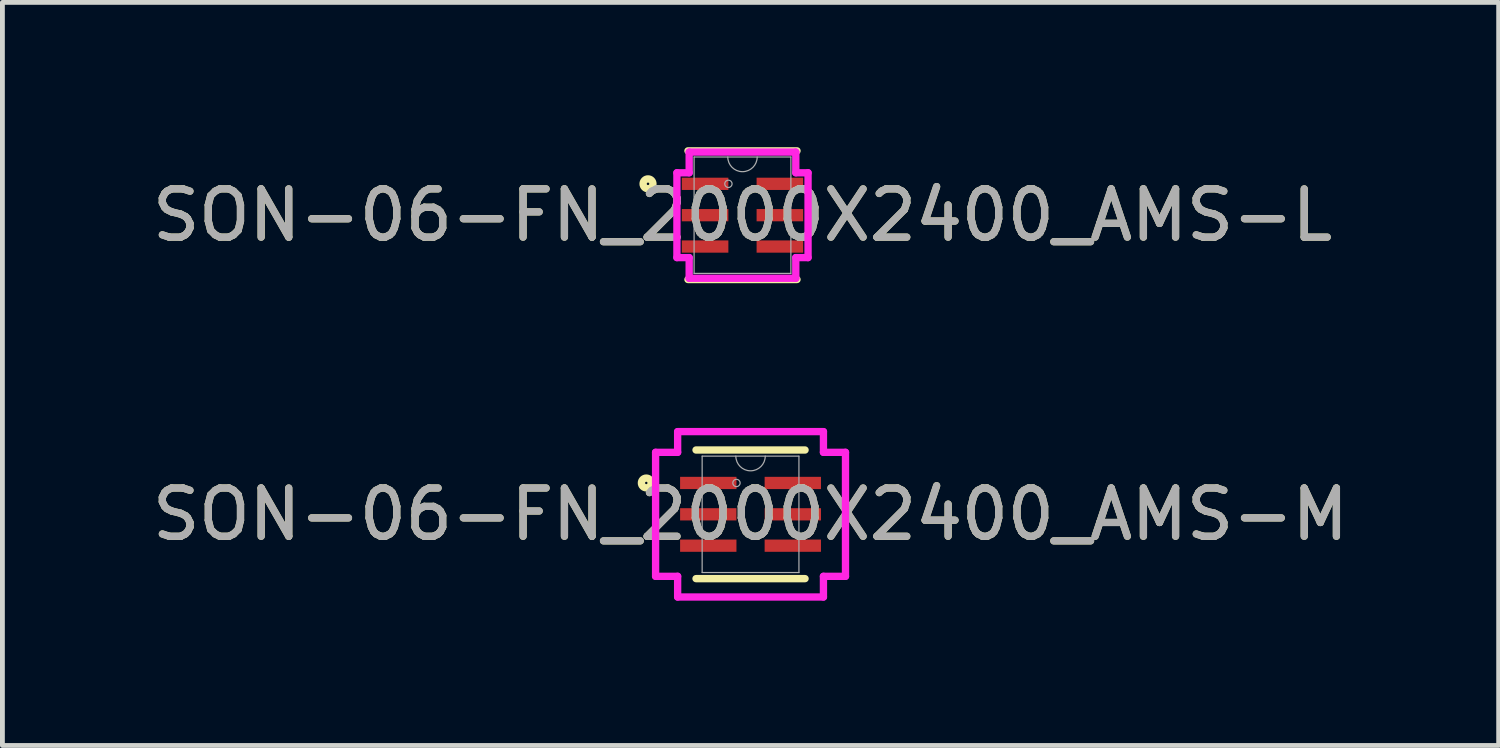
<source format=kicad_pcb>
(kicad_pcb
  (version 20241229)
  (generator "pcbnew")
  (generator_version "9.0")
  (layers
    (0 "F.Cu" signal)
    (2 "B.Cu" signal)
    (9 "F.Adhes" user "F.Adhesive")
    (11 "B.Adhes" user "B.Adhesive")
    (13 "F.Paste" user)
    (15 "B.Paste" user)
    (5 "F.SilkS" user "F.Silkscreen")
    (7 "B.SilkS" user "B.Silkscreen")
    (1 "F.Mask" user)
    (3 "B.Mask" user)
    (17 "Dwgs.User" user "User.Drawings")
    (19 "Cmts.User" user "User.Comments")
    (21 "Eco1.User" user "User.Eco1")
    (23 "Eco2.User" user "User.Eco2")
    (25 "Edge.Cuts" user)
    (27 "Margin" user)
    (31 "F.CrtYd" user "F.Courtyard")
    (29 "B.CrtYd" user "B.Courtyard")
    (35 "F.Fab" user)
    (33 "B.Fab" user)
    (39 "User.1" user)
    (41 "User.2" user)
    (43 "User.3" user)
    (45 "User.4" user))
  (footprint "SON-06-FN_2000X2400_AMS-L"
    (layer "F.Cu")
    (at 12.339 1.41)
    (property "Reference" "SON-06-FN_2000X2400_AMS-L" (at 0 0 0) (unlocked yes) (layer "F.SilkS") (effects (font (size 1 1) (thickness 0.15))))
    (attr smd)
    (fp_line (start -1.13 1.333) (end 1.13 1.333) (stroke (width 0.152) (type solid)) (layer "F.SilkS"))
    (fp_line (start 1.13 -1.333) (end -1.13 -1.333) (stroke (width 0.152) (type solid)) (layer "F.SilkS"))
    (fp_circle (center -1.958 -0.65) (end -1.856 -0.65) (stroke (width 0.152) (type solid)) (fill no) (layer "F.SilkS"))
    (fp_line (start -1.359 -0.879) (end -1.105 -0.879) (stroke (width 0.152) (type solid)) (layer "F.CrtYd"))
    (fp_line (start -1.359 0.879) (end -1.359 -0.879) (stroke (width 0.152) (type solid)) (layer "F.CrtYd"))
    (fp_line (start -1.359 0.879) (end -1.105 0.879) (stroke (width 0.152) (type solid)) (layer "F.CrtYd"))
    (fp_line (start -1.105 -1.308) (end 1.105 -1.308) (stroke (width 0.152) (type solid)) (layer "F.CrtYd"))
    (fp_line (start -1.105 -0.879) (end -1.105 -1.308) (stroke (width 0.152) (type solid)) (layer "F.CrtYd"))
    (fp_line (start -1.105 1.308) (end -1.105 0.879) (stroke (width 0.152) (type solid)) (layer "F.CrtYd"))
    (fp_line (start 1.105 -1.308) (end 1.105 -0.879) (stroke (width 0.152) (type solid)) (layer "F.CrtYd"))
    (fp_line (start 1.105 0.879) (end 1.105 1.308) (stroke (width 0.152) (type solid)) (layer "F.CrtYd"))
    (fp_line (start 1.105 1.308) (end -1.105 1.308) (stroke (width 0.152) (type solid)) (layer "F.CrtYd"))
    (fp_line (start 1.359 -0.879) (end 1.105 -0.879) (stroke (width 0.152) (type solid)) (layer "F.CrtYd"))
    (fp_line (start 1.359 -0.879) (end 1.359 0.879) (stroke (width 0.152) (type solid)) (layer "F.CrtYd"))
    (fp_line (start 1.359 0.879) (end 1.105 0.879) (stroke (width 0.152) (type solid)) (layer "F.CrtYd"))
    (fp_line (start -1.003 -1.206) (end -1.003 1.206) (stroke (width 0.025) (type solid)) (layer "F.Fab"))
    (fp_line (start -1.003 1.206) (end 1.003 1.206) (stroke (width 0.025) (type solid)) (layer "F.Fab"))
    (fp_line (start 1.003 -1.206) (end -1.003 -1.206) (stroke (width 0.025) (type solid)) (layer "F.Fab"))
    (fp_line (start 1.003 1.206) (end 1.003 -1.206) (stroke (width 0.025) (type solid)) (layer "F.Fab"))
    (fp_arc (start 0.3048 -1.2065) (mid 0 -0.9017) (end -0.3048 -1.2065) (stroke (width 0.0254) (type solid)) (layer "F.Fab"))
    (fp_circle (center -0.292 -0.65) (end -0.216 -0.65) (stroke (width 0.025) (type solid)) (fill no) (layer "F.Fab"))
    (fp_text user "${REFERENCE}" (at 0 0 0) (unlocked yes) (layer "F.Fab") (effects (font (size 1 1) (thickness 0.15))))
    (pad "1" smd rect (at -0.775 -0.65) (size 0.965 0.254) (layers "F.Cu" "F.Mask" "F.Paste"))
    (pad "2" smd rect (at -0.775 0) (size 0.965 0.254) (layers "F.Cu" "F.Mask" "F.Paste"))
    (pad "3" smd rect (at -0.775 0.65) (size 0.965 0.254) (layers "F.Cu" "F.Mask" "F.Paste"))
    (pad "4" smd rect (at 0.775 0.65) (size 0.965 0.254) (layers "F.Cu" "F.Mask" "F.Paste"))
    (pad "5" smd rect (at 0.775 0) (size 0.965 0.254) (layers "F.Cu" "F.Mask" "F.Paste"))
    (pad "6" smd rect (at 0.775 -0.65) (size 0.965 0.254) (layers "F.Cu" "F.Mask" "F.Paste")))
  (footprint "SON-06-FN_2000X2400_AMS-M"
    (layer "F.Cu")
    (at 12.506 7.61)
    (property "Reference" "SON-06-FN_2000X2400_AMS-M" (at 0 0 0) (unlocked yes) (layer "F.SilkS") (effects (font (size 1 1) (thickness 0.15))))
    (attr smd)
    (fp_line (start -1.13 1.333) (end 1.13 1.333) (stroke (width 0.152) (type solid)) (layer "F.SilkS"))
    (fp_line (start 1.13 -1.333) (end -1.13 -1.333) (stroke (width 0.152) (type solid)) (layer "F.SilkS"))
    (fp_circle (center -2.161 -0.65) (end -2.06 -0.65) (stroke (width 0.152) (type solid)) (fill no) (layer "F.SilkS"))
    (fp_line (start -1.968 -1.285) (end -1.511 -1.285) (stroke (width 0.152) (type solid)) (layer "F.CrtYd"))
    (fp_line (start -1.968 1.285) (end -1.968 -1.285) (stroke (width 0.152) (type solid)) (layer "F.CrtYd"))
    (fp_line (start -1.968 1.285) (end -1.511 1.285) (stroke (width 0.152) (type solid)) (layer "F.CrtYd"))
    (fp_line (start -1.511 -1.714) (end 1.511 -1.714) (stroke (width 0.152) (type solid)) (layer "F.CrtYd"))
    (fp_line (start -1.511 -1.285) (end -1.511 -1.714) (stroke (width 0.152) (type solid)) (layer "F.CrtYd"))
    (fp_line (start -1.511 1.714) (end -1.511 1.285) (stroke (width 0.152) (type solid)) (layer "F.CrtYd"))
    (fp_line (start 1.511 -1.714) (end 1.511 -1.285) (stroke (width 0.152) (type solid)) (layer "F.CrtYd"))
    (fp_line (start 1.511 1.285) (end 1.511 1.714) (stroke (width 0.152) (type solid)) (layer "F.CrtYd"))
    (fp_line (start 1.511 1.714) (end -1.511 1.714) (stroke (width 0.152) (type solid)) (layer "F.CrtYd"))
    (fp_line (start 1.968 -1.285) (end 1.511 -1.285) (stroke (width 0.152) (type solid)) (layer "F.CrtYd"))
    (fp_line (start 1.968 -1.285) (end 1.968 1.285) (stroke (width 0.152) (type solid)) (layer "F.CrtYd"))
    (fp_line (start 1.968 1.285) (end 1.511 1.285) (stroke (width 0.152) (type solid)) (layer "F.CrtYd"))
    (fp_line (start -1.003 -1.206) (end -1.003 1.206) (stroke (width 0.025) (type solid)) (layer "F.Fab"))
    (fp_line (start -1.003 1.206) (end 1.003 1.206) (stroke (width 0.025) (type solid)) (layer "F.Fab"))
    (fp_line (start 1.003 -1.206) (end -1.003 -1.206) (stroke (width 0.025) (type solid)) (layer "F.Fab"))
    (fp_line (start 1.003 1.206) (end 1.003 -1.206) (stroke (width 0.025) (type solid)) (layer "F.Fab"))
    (fp_arc (start 0.3048 -1.2065) (mid 0 -0.9017) (end -0.3048 -1.2065) (stroke (width 0.0254) (type solid)) (layer "F.Fab"))
    (fp_circle (center -0.292 -0.65) (end -0.216 -0.65) (stroke (width 0.025) (type solid)) (fill no) (layer "F.Fab"))
    (fp_text user "${REFERENCE}" (at 0 0 0) (unlocked yes) (layer "F.Fab") (effects (font (size 1 1) (thickness 0.15))))
    (pad "1" smd rect (at -0.876 -0.65) (size 1.168 0.254) (layers "F.Cu" "F.Mask" "F.Paste"))
    (pad "2" smd rect (at -0.876 0) (size 1.168 0.254) (layers "F.Cu" "F.Mask" "F.Paste"))
    (pad "3" smd rect (at -0.876 0.65) (size 1.168 0.254) (layers "F.Cu" "F.Mask" "F.Paste"))
    (pad "4" smd rect (at 0.876 0.65) (size 1.168 0.254) (layers "F.Cu" "F.Mask" "F.Paste"))
    (pad "5" smd rect (at 0.876 0) (size 1.168 0.254) (layers "F.Cu" "F.Mask" "F.Paste"))
    (pad "6" smd rect (at 0.876 -0.65) (size 1.168 0.254) (layers "F.Cu" "F.Mask" "F.Paste")))
  (gr_rect
    (start -3 -3)
    (end 28.012 12.401)
    (stroke (width 0.1) (type default))
    (fill no)
    (layer "Edge.Cuts")))
</source>
